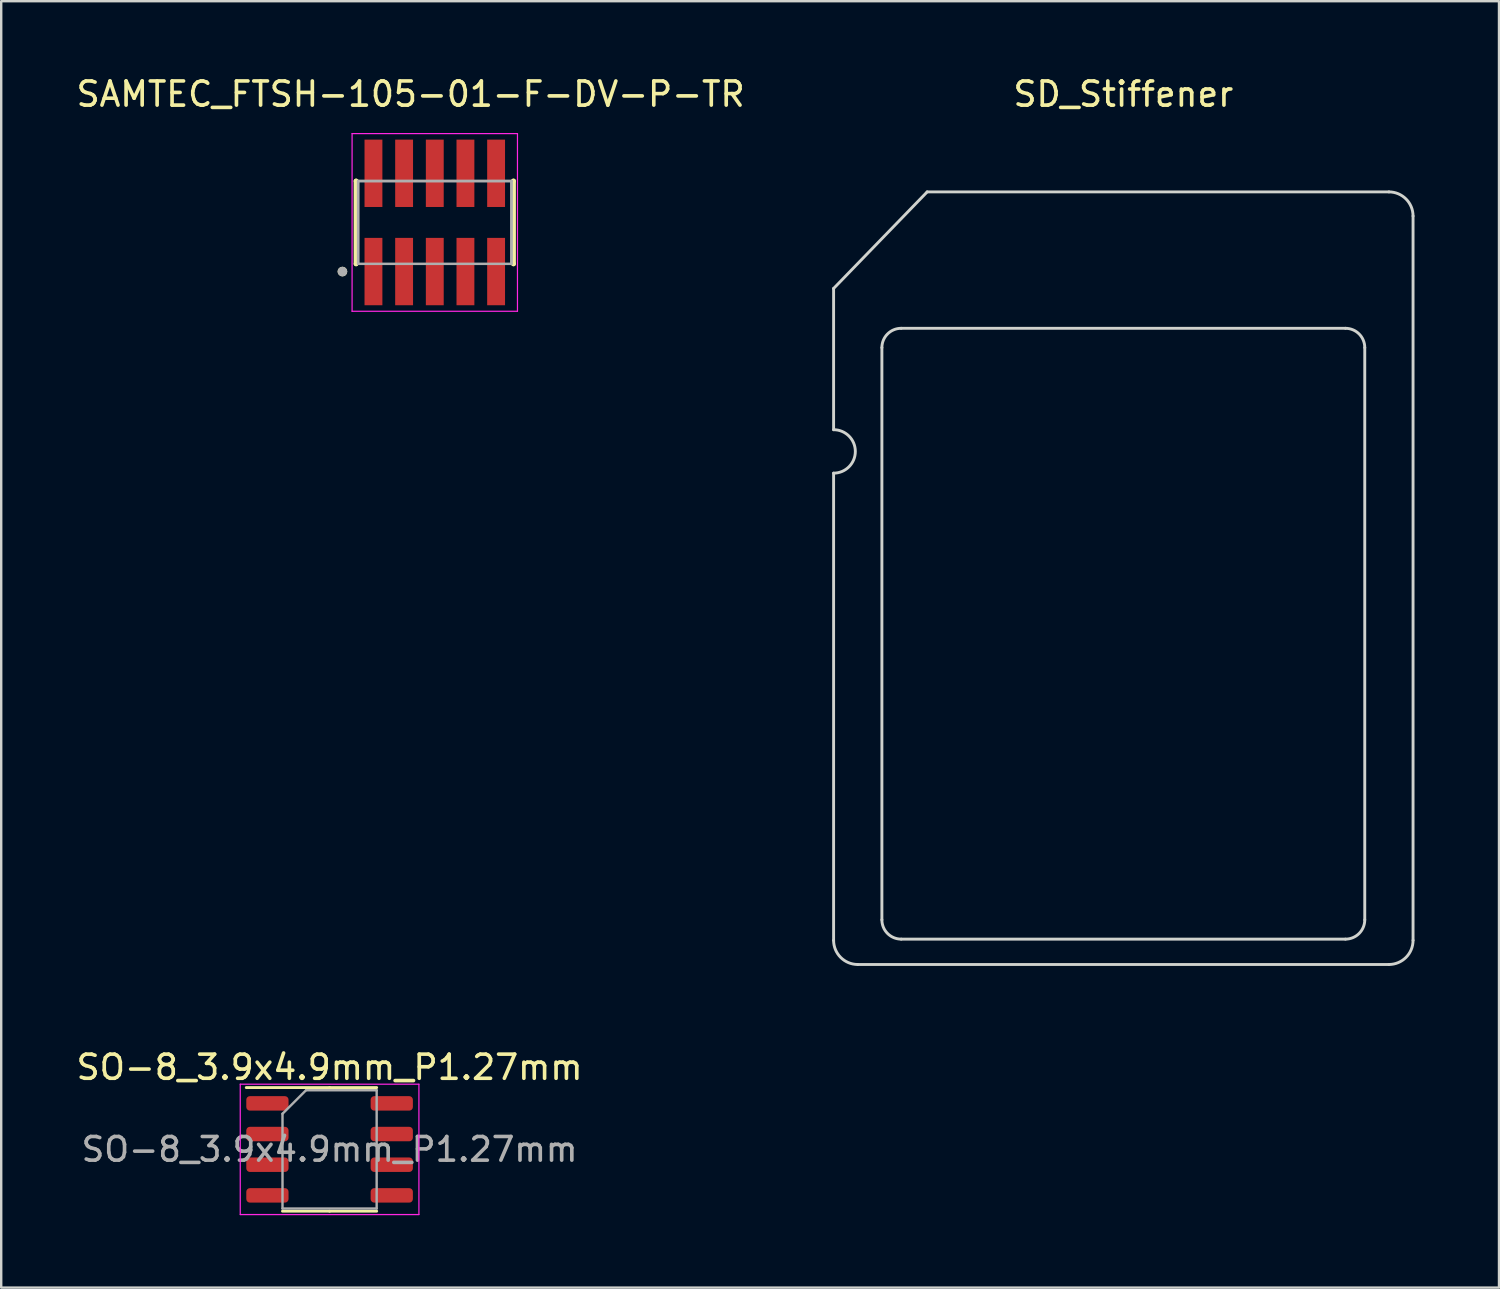
<source format=kicad_pcb>
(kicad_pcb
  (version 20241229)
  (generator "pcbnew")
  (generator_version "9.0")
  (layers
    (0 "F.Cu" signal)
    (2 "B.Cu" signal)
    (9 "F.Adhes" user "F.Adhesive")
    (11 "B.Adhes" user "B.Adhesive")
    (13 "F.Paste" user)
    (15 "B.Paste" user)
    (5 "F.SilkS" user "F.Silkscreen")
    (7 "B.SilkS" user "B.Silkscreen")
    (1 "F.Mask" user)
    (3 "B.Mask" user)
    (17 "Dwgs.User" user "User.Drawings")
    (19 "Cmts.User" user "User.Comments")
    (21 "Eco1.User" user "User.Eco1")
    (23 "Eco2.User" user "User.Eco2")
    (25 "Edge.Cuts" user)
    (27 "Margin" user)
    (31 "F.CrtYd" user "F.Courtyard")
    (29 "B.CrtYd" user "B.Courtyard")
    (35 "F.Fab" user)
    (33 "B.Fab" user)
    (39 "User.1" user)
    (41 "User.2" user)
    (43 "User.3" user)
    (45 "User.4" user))
  (footprint "SO-8_3.9x4.9mm_P1.27mm"
    (layer "F.Cu")
    (at 10.601 44.556)
    (property "Reference" "SO-8_3.9x4.9mm_P1.27mm" (at 0 -3.4 0) (layer "F.SilkS") (effects (font (size 1 1) (thickness 0.15))))
    (attr smd)
    (fp_line (start 0 -2.56) (end -3.45 -2.56) (stroke (width 0.12) (type solid)) (layer "F.SilkS"))
    (fp_line (start 0 -2.56) (end 1.95 -2.56) (stroke (width 0.12) (type solid)) (layer "F.SilkS"))
    (fp_line (start 0 2.56) (end -1.95 2.56) (stroke (width 0.12) (type solid)) (layer "F.SilkS"))
    (fp_line (start 0 2.56) (end 1.95 2.56) (stroke (width 0.12) (type solid)) (layer "F.SilkS"))
    (fp_line (start -3.7 -2.7) (end -3.7 2.7) (stroke (width 0.05) (type solid)) (layer "F.CrtYd"))
    (fp_line (start -3.7 2.7) (end 3.7 2.7) (stroke (width 0.05) (type solid)) (layer "F.CrtYd"))
    (fp_line (start 3.7 -2.7) (end -3.7 -2.7) (stroke (width 0.05) (type solid)) (layer "F.CrtYd"))
    (fp_line (start 3.7 2.7) (end 3.7 -2.7) (stroke (width 0.05) (type solid)) (layer "F.CrtYd"))
    (fp_line (start -1.95 -1.475) (end -0.975 -2.45) (stroke (width 0.1) (type solid)) (layer "F.Fab"))
    (fp_line (start -1.95 2.45) (end -1.95 -1.475) (stroke (width 0.1) (type solid)) (layer "F.Fab"))
    (fp_line (start -0.975 -2.45) (end 1.95 -2.45) (stroke (width 0.1) (type solid)) (layer "F.Fab"))
    (fp_line (start 1.95 -2.45) (end 1.95 2.45) (stroke (width 0.1) (type solid)) (layer "F.Fab"))
    (fp_line (start 1.95 2.45) (end -1.95 2.45) (stroke (width 0.1) (type solid)) (layer "F.Fab"))
    (fp_text user "${REFERENCE}" (at 0 0 0) (layer "F.Fab") (effects (font (size 0.98 0.98) (thickness 0.15))))
    (pad "1" smd roundrect (at -2.575 -1.905) (size 1.75 0.6) (layers "F.Cu" "F.Mask" "F.Paste") (roundrect_rratio 0.25))
    (pad "2" smd roundrect (at -2.575 -0.635) (size 1.75 0.6) (layers "F.Cu" "F.Mask" "F.Paste") (roundrect_rratio 0.25))
    (pad "3" smd roundrect (at -2.575 0.635) (size 1.75 0.6) (layers "F.Cu" "F.Mask" "F.Paste") (roundrect_rratio 0.25))
    (pad "4" smd roundrect (at -2.575 1.905) (size 1.75 0.6) (layers "F.Cu" "F.Mask" "F.Paste") (roundrect_rratio 0.25))
    (pad "5" smd roundrect (at 2.575 1.905) (size 1.75 0.6) (layers "F.Cu" "F.Mask" "F.Paste") (roundrect_rratio 0.25))
    (pad "6" smd roundrect (at 2.575 0.635) (size 1.75 0.6) (layers "F.Cu" "F.Mask" "F.Paste") (roundrect_rratio 0.25))
    (pad "7" smd roundrect (at 2.575 -0.635) (size 1.75 0.6) (layers "F.Cu" "F.Mask" "F.Paste") (roundrect_rratio 0.25))
    (pad "8" smd roundrect (at 2.575 -1.905) (size 1.75 0.6) (layers "F.Cu" "F.Mask" "F.Paste") (roundrect_rratio 0.25)))
  (footprint "SAMTEC_FTSH-105-01-F-DV-P-TR"
    (layer "F.Cu")
    (at 14.958 6.163)
    (property "Reference" "SAMTEC_FTSH-105-01-F-DV-P-TR" (at -1 -5.315 0) (layer "F.SilkS") (effects (font (size 1 1) (thickness 0.15))))
    (attr smd)
    (fp_line (start -3.26 -1.715) (end -3.26 -1.715) (stroke (width 0.2) (type solid)) (layer "F.SilkS"))
    (fp_line (start -3.26 1.715) (end -3.26 -1.715) (stroke (width 0.2) (type solid)) (layer "F.SilkS"))
    (fp_line (start -3.26 1.715) (end -3.26 1.715) (stroke (width 0.2) (type solid)) (layer "F.SilkS"))
    (fp_line (start 3.26 -1.715) (end 3.26 -1.715) (stroke (width 0.2) (type solid)) (layer "F.SilkS"))
    (fp_line (start 3.26 -1.715) (end 3.26 1.715) (stroke (width 0.2) (type solid)) (layer "F.SilkS"))
    (fp_line (start 3.26 1.715) (end 3.26 1.715) (stroke (width 0.2) (type solid)) (layer "F.SilkS"))
    (fp_circle (center -3.825 2.035) (end -3.725 2.035) (stroke (width 0.2) (type solid)) (fill no) (layer "F.SilkS"))
    (fp_line (start -3.425 -3.68) (end 3.425 -3.68) (stroke (width 0.05) (type solid)) (layer "F.CrtYd"))
    (fp_line (start -3.425 3.68) (end -3.425 -3.68) (stroke (width 0.05) (type solid)) (layer "F.CrtYd"))
    (fp_line (start 3.425 -3.68) (end 3.425 3.68) (stroke (width 0.05) (type solid)) (layer "F.CrtYd"))
    (fp_line (start 3.425 3.68) (end -3.425 3.68) (stroke (width 0.05) (type solid)) (layer "F.CrtYd"))
    (fp_line (start -3.175 -1.715) (end 3.175 -1.715) (stroke (width 0.1) (type solid)) (layer "F.Fab"))
    (fp_line (start -3.175 -1.715) (end 3.175 -1.715) (stroke (width 0.1) (type solid)) (layer "F.Fab"))
    (fp_line (start -3.175 1.715) (end -3.175 -1.715) (stroke (width 0.1) (type solid)) (layer "F.Fab"))
    (fp_line (start -3.175 1.715) (end -3.175 -1.715) (stroke (width 0.1) (type solid)) (layer "F.Fab"))
    (fp_line (start 3.175 -1.715) (end 3.175 1.715) (stroke (width 0.1) (type solid)) (layer "F.Fab"))
    (fp_line (start 3.175 -1.715) (end 3.175 1.715) (stroke (width 0.1) (type solid)) (layer "F.Fab"))
    (fp_line (start 3.175 1.715) (end -3.175 1.715) (stroke (width 0.1) (type solid)) (layer "F.Fab"))
    (fp_circle (center -3.825 2.035) (end -3.725 2.035) (stroke (width 0.2) (type solid)) (fill no) (layer "F.Fab"))
    (pad "1" smd rect (at -2.54 2.035) (size 0.74 2.79) (layers "F.Cu" "F.Mask" "F.Paste"))
    (pad "2" smd rect (at -2.54 -2.035) (size 0.74 2.79) (layers "F.Cu" "F.Mask" "F.Paste"))
    (pad "3" smd rect (at -1.27 2.035) (size 0.74 2.79) (layers "F.Cu" "F.Mask" "F.Paste"))
    (pad "4" smd rect (at -1.27 -2.035) (size 0.74 2.79) (layers "F.Cu" "F.Mask" "F.Paste"))
    (pad "5" smd rect (at 0 2.035) (size 0.74 2.79) (layers "F.Cu" "F.Mask" "F.Paste"))
    (pad "6" smd rect (at 0 -2.035) (size 0.74 2.79) (layers "F.Cu" "F.Mask" "F.Paste"))
    (pad "7" smd rect (at 1.27 2.035) (size 0.74 2.79) (layers "F.Cu" "F.Mask" "F.Paste"))
    (pad "8" smd rect (at 1.27 -2.035) (size 0.74 2.79) (layers "F.Cu" "F.Mask" "F.Paste"))
    (pad "9" smd rect (at 2.54 2.035) (size 0.74 2.79) (layers "F.Cu" "F.Mask" "F.Paste"))
    (pad "10" smd rect (at 2.54 -2.035) (size 0.74 2.79) (layers "F.Cu" "F.Mask" "F.Paste")))
  (footprint "SD_Stiffener"
    (layer "F.Cu")
    (at 43.477 8.348)
    (property "Reference" "SD_Stiffener" (at 0 -7.5 0) (unlocked yes) (layer "F.SilkS") (effects (font (size 1 1) (thickness 0.15))))
    (attr smd)
    (fp_rect (start -12.5 -4.35) (end 12.5 28.9) (stroke (width 0.12) (type solid)) (fill yes) (layer "F.Mask"))
    (fp_rect (start -12.5 -4.35) (end 12.5 28.9) (stroke (width 0.12) (type solid)) (fill yes) (layer "B.Mask"))
    (fp_line (start -12 6.4) (end -12 0.55) (stroke (width 0.12) (type default)) (layer "Edge.Cuts"))
    (fp_line (start -12 8.2) (end -12 27.55) (stroke (width 0.12) (type default)) (layer "Edge.Cuts"))
    (fp_line (start -10 26.7) (end -10 3) (stroke (width 0.12) (type default)) (layer "Edge.Cuts"))
    (fp_line (start -9.2 2.2) (end 9.2 2.2) (stroke (width 0.12) (type default)) (layer "Edge.Cuts"))
    (fp_line (start -8.125 -3.45) (end -12 0.55) (stroke (width 0.12) (type default)) (layer "Edge.Cuts"))
    (fp_line (start -8.125 -3.45) (end 11 -3.45) (stroke (width 0.12) (type default)) (layer "Edge.Cuts"))
    (fp_line (start 9.2 27.5) (end -9.2 27.5) (stroke (width 0.12) (type default)) (layer "Edge.Cuts"))
    (fp_line (start 10 3) (end 10 26.7) (stroke (width 0.12) (type default)) (layer "Edge.Cuts"))
    (fp_line (start 11 28.55) (end -11 28.55) (stroke (width 0.12) (type default)) (layer "Edge.Cuts"))
    (fp_line (start 12 -2.45) (end 12 27.55) (stroke (width 0.12) (type default)) (layer "Edge.Cuts"))
    (fp_arc (start -12 6.4) (mid -11.1 7.3) (end -12 8.2) (stroke (width 0.12) (type default)) (layer "Edge.Cuts"))
    (fp_arc (start -11 28.55) (mid -11.707106 28.257107) (end -12 27.55) (stroke (width 0.12) (type default)) (layer "Edge.Cuts"))
    (fp_arc (start -10 3) (mid -9.765685 2.434315) (end -9.2 2.2) (stroke (width 0.12) (type default)) (layer "Edge.Cuts"))
    (fp_arc (start -9.2 27.5) (mid -9.765685 27.265685) (end -10 26.7) (stroke (width 0.12) (type default)) (layer "Edge.Cuts"))
    (fp_arc (start 9.2 2.2) (mid 9.765685 2.434315) (end 10 3) (stroke (width 0.12) (type default)) (layer "Edge.Cuts"))
    (fp_arc (start 10 26.7) (mid 9.765685 27.265685) (end 9.2 27.5) (stroke (width 0.12) (type default)) (layer "Edge.Cuts"))
    (fp_arc (start 11 -3.45) (mid 11.707106 -3.157107) (end 12 -2.45) (stroke (width 0.12) (type default)) (layer "Edge.Cuts"))
    (fp_arc (start 12 27.55) (mid 11.707107 28.257106) (end 11 28.55) (stroke (width 0.12) (type default)) (layer "Edge.Cuts")))
  (gr_rect
    (start -3 -3)
    (end 59.037 50.282)
    (stroke (width 0.1) (type default))
    (fill no)
    (layer "Edge.Cuts")))
</source>
